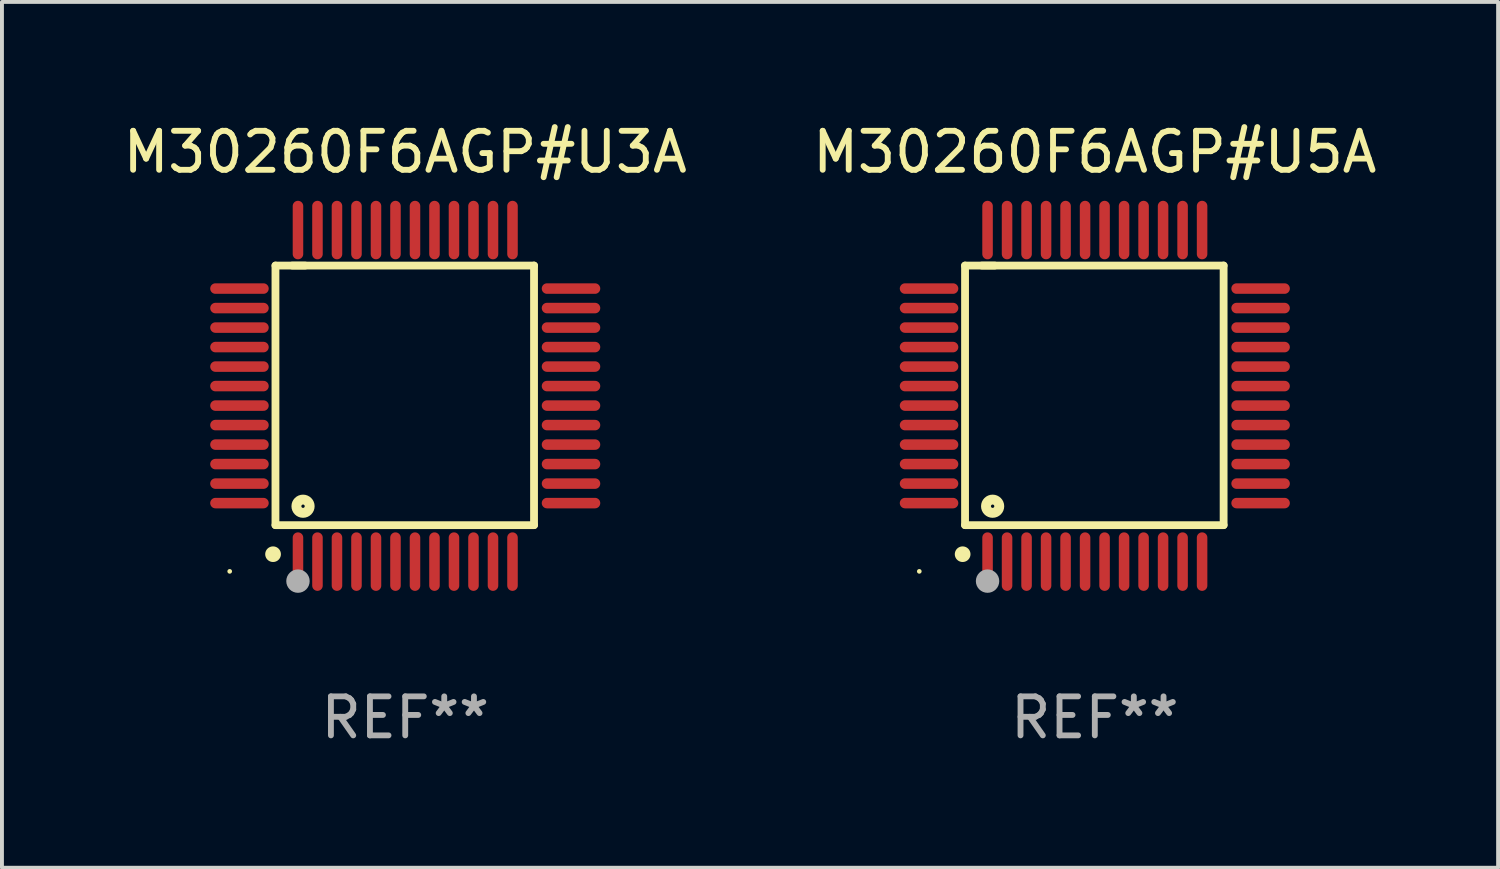
<source format=kicad_pcb>
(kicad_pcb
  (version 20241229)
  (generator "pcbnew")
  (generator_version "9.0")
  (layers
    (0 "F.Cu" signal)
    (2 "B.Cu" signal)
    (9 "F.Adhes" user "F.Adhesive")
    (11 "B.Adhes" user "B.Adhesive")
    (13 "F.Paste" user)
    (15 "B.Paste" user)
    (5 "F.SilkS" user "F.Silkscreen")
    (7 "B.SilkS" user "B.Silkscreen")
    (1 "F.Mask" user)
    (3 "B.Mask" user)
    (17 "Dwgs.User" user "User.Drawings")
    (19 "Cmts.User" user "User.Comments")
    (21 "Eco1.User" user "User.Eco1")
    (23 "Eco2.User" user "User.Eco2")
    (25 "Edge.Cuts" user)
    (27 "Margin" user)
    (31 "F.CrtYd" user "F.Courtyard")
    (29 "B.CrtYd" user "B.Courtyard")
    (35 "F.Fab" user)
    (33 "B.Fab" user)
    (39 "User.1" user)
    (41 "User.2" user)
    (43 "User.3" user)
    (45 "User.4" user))
  (footprint "M30260F6AGP#U3A"
    (layer "F.Cu")
    (at 7.339 7.098)
    (property "Reference" "M30260F6AGP#U3A" (at 0 -6.25 0) (layer "F.SilkS") (effects (font (size 1 1) (thickness 0.15))))
    (attr through_hole)
    (fp_line (start -3.327 -3.34) (end -2.565 -3.34) (stroke (width 0.2) (type solid)) (layer "F.SilkS"))
    (fp_line (start -3.327 3.315) (end -3.327 -3.34) (stroke (width 0.2) (type solid)) (layer "F.SilkS"))
    (fp_line (start -2.896 -3.34) (end 3.302 -3.34) (stroke (width 0.2) (type solid)) (layer "F.SilkS"))
    (fp_line (start 3.302 -3.34) (end 3.302 3.315) (stroke (width 0.2) (type solid)) (layer "F.SilkS"))
    (fp_line (start 3.302 3.315) (end -3.327 3.315) (stroke (width 0.2) (type solid)) (layer "F.SilkS"))
    (fp_arc (start -3.389992 4.059995) (mid -3.388722 4.059991) (end -3.387452 4.059995) (stroke (width 0.4) (type solid)) (layer "F.SilkS"))
    (fp_circle (center -4.5 4.5) (end -4.47 4.5) (stroke (width 0.06) (type solid)) (fill no) (layer "F.SilkS"))
    (fp_circle (center -2.62 2.83) (end -2.45 2.83) (stroke (width 0.254) (type solid)) (fill no) (layer "F.SilkS"))
    (fp_circle (center -2.75 4.75) (end -2.6 4.75) (stroke (width 0.3) (type solid)) (fill no) (layer "F.Fab"))
    (fp_text user "REF**" (at 0 8.25 0) (layer "F.Fab") (effects (font (size 1 1) (thickness 0.15))))
    (pad "1" smd oval (at -2.75 4.25) (size 0.27 1.5) (layers "F.Cu" "F.Mask" "F.Paste"))
    (pad "2" smd oval (at -2.25 4.25) (size 0.27 1.5) (layers "F.Cu" "F.Mask" "F.Paste"))
    (pad "3" smd oval (at -1.75 4.25) (size 0.27 1.5) (layers "F.Cu" "F.Mask" "F.Paste"))
    (pad "4" smd oval (at -1.25 4.25) (size 0.27 1.5) (layers "F.Cu" "F.Mask" "F.Paste"))
    (pad "5" smd oval (at -0.75 4.25) (size 0.27 1.5) (layers "F.Cu" "F.Mask" "F.Paste"))
    (pad "6" smd oval (at -0.25 4.25) (size 0.27 1.5) (layers "F.Cu" "F.Mask" "F.Paste"))
    (pad "7" smd oval (at 0.25 4.25) (size 0.27 1.5) (layers "F.Cu" "F.Mask" "F.Paste"))
    (pad "8" smd oval (at 0.75 4.25) (size 0.27 1.5) (layers "F.Cu" "F.Mask" "F.Paste"))
    (pad "9" smd oval (at 1.25 4.25) (size 0.27 1.5) (layers "F.Cu" "F.Mask" "F.Paste"))
    (pad "10" smd oval (at 1.75 4.25) (size 0.27 1.5) (layers "F.Cu" "F.Mask" "F.Paste"))
    (pad "11" smd oval (at 2.25 4.25) (size 0.27 1.5) (layers "F.Cu" "F.Mask" "F.Paste"))
    (pad "12" smd oval (at 2.75 4.25) (size 0.27 1.5) (layers "F.Cu" "F.Mask" "F.Paste"))
    (pad "13" smd oval (at 4.25 2.75) (size 1.5 0.27) (layers "F.Cu" "F.Mask" "F.Paste"))
    (pad "14" smd oval (at 4.25 2.25) (size 1.5 0.27) (layers "F.Cu" "F.Mask" "F.Paste"))
    (pad "15" smd oval (at 4.25 1.75) (size 1.5 0.27) (layers "F.Cu" "F.Mask" "F.Paste"))
    (pad "16" smd oval (at 4.25 1.25) (size 1.5 0.27) (layers "F.Cu" "F.Mask" "F.Paste"))
    (pad "17" smd oval (at 4.25 0.75) (size 1.5 0.27) (layers "F.Cu" "F.Mask" "F.Paste"))
    (pad "18" smd oval (at 4.25 0.25) (size 1.5 0.27) (layers "F.Cu" "F.Mask" "F.Paste"))
    (pad "19" smd oval (at 4.25 -0.25) (size 1.5 0.27) (layers "F.Cu" "F.Mask" "F.Paste"))
    (pad "20" smd oval (at 4.25 -0.75) (size 1.5 0.27) (layers "F.Cu" "F.Mask" "F.Paste"))
    (pad "21" smd oval (at 4.25 -1.25) (size 1.5 0.27) (layers "F.Cu" "F.Mask" "F.Paste"))
    (pad "22" smd oval (at 4.25 -1.75) (size 1.5 0.27) (layers "F.Cu" "F.Mask" "F.Paste"))
    (pad "23" smd oval (at 4.25 -2.25) (size 1.5 0.27) (layers "F.Cu" "F.Mask" "F.Paste"))
    (pad "24" smd oval (at 4.25 -2.75) (size 1.5 0.27) (layers "F.Cu" "F.Mask" "F.Paste"))
    (pad "25" smd oval (at 2.75 -4.25) (size 0.27 1.5) (layers "F.Cu" "F.Mask" "F.Paste"))
    (pad "26" smd oval (at 2.25 -4.25) (size 0.27 1.5) (layers "F.Cu" "F.Mask" "F.Paste"))
    (pad "27" smd oval (at 1.75 -4.25) (size 0.27 1.5) (layers "F.Cu" "F.Mask" "F.Paste"))
    (pad "28" smd oval (at 1.25 -4.25) (size 0.27 1.5) (layers "F.Cu" "F.Mask" "F.Paste"))
    (pad "29" smd oval (at 0.75 -4.25) (size 0.27 1.5) (layers "F.Cu" "F.Mask" "F.Paste"))
    (pad "30" smd oval (at 0.25 -4.25) (size 0.27 1.5) (layers "F.Cu" "F.Mask" "F.Paste"))
    (pad "31" smd oval (at -0.25 -4.25) (size 0.27 1.5) (layers "F.Cu" "F.Mask" "F.Paste"))
    (pad "32" smd oval (at -0.75 -4.25) (size 0.27 1.5) (layers "F.Cu" "F.Mask" "F.Paste"))
    (pad "33" smd oval (at -1.25 -4.25) (size 0.27 1.5) (layers "F.Cu" "F.Mask" "F.Paste"))
    (pad "34" smd oval (at -1.75 -4.25) (size 0.27 1.5) (layers "F.Cu" "F.Mask" "F.Paste"))
    (pad "35" smd oval (at -2.25 -4.25) (size 0.27 1.5) (layers "F.Cu" "F.Mask" "F.Paste"))
    (pad "36" smd oval (at -2.75 -4.25) (size 0.27 1.5) (layers "F.Cu" "F.Mask" "F.Paste"))
    (pad "37" smd oval (at -4.25 -2.75) (size 1.5 0.27) (layers "F.Cu" "F.Mask" "F.Paste"))
    (pad "38" smd oval (at -4.25 -2.25) (size 1.5 0.27) (layers "F.Cu" "F.Mask" "F.Paste"))
    (pad "39" smd oval (at -4.25 -1.75) (size 1.5 0.27) (layers "F.Cu" "F.Mask" "F.Paste"))
    (pad "40" smd oval (at -4.25 -1.25) (size 1.5 0.27) (layers "F.Cu" "F.Mask" "F.Paste"))
    (pad "41" smd oval (at -4.25 -0.75) (size 1.5 0.27) (layers "F.Cu" "F.Mask" "F.Paste"))
    (pad "42" smd oval (at -4.25 -0.25) (size 1.5 0.27) (layers "F.Cu" "F.Mask" "F.Paste"))
    (pad "43" smd oval (at -4.25 0.25) (size 1.5 0.27) (layers "F.Cu" "F.Mask" "F.Paste"))
    (pad "44" smd oval (at -4.25 0.75) (size 1.5 0.27) (layers "F.Cu" "F.Mask" "F.Paste"))
    (pad "45" smd oval (at -4.25 1.25) (size 1.5 0.27) (layers "F.Cu" "F.Mask" "F.Paste"))
    (pad "46" smd oval (at -4.25 1.75) (size 1.5 0.27) (layers "F.Cu" "F.Mask" "F.Paste"))
    (pad "47" smd oval (at -4.25 2.25) (size 1.5 0.27) (layers "F.Cu" "F.Mask" "F.Paste"))
    (pad "48" smd oval (at -4.25 2.75) (size 1.5 0.27) (layers "F.Cu" "F.Mask" "F.Paste")))
  (footprint "M30260F6AGP#U5A"
    (layer "F.Cu")
    (at 25.018 7.098)
    (property "Reference" "M30260F6AGP#U5A" (at 0 -6.25 0) (layer "F.SilkS") (effects (font (size 1 1) (thickness 0.15))))
    (attr through_hole)
    (fp_line (start -3.327 -3.34) (end -2.565 -3.34) (stroke (width 0.2) (type solid)) (layer "F.SilkS"))
    (fp_line (start -3.327 3.315) (end -3.327 -3.34) (stroke (width 0.2) (type solid)) (layer "F.SilkS"))
    (fp_line (start -2.896 -3.34) (end 3.302 -3.34) (stroke (width 0.2) (type solid)) (layer "F.SilkS"))
    (fp_line (start 3.302 -3.34) (end 3.302 3.315) (stroke (width 0.2) (type solid)) (layer "F.SilkS"))
    (fp_line (start 3.302 3.315) (end -3.327 3.315) (stroke (width 0.2) (type solid)) (layer "F.SilkS"))
    (fp_arc (start -3.389992 4.059995) (mid -3.388722 4.059991) (end -3.387452 4.059995) (stroke (width 0.4) (type solid)) (layer "F.SilkS"))
    (fp_circle (center -4.5 4.5) (end -4.47 4.5) (stroke (width 0.06) (type solid)) (fill no) (layer "F.SilkS"))
    (fp_circle (center -2.62 2.83) (end -2.45 2.83) (stroke (width 0.254) (type solid)) (fill no) (layer "F.SilkS"))
    (fp_circle (center -2.75 4.75) (end -2.6 4.75) (stroke (width 0.3) (type solid)) (fill no) (layer "F.Fab"))
    (fp_text user "REF**" (at 0 8.25 0) (layer "F.Fab") (effects (font (size 1 1) (thickness 0.15))))
    (pad "1" smd oval (at -2.75 4.25) (size 0.27 1.5) (layers "F.Cu" "F.Mask" "F.Paste"))
    (pad "2" smd oval (at -2.25 4.25) (size 0.27 1.5) (layers "F.Cu" "F.Mask" "F.Paste"))
    (pad "3" smd oval (at -1.75 4.25) (size 0.27 1.5) (layers "F.Cu" "F.Mask" "F.Paste"))
    (pad "4" smd oval (at -1.25 4.25) (size 0.27 1.5) (layers "F.Cu" "F.Mask" "F.Paste"))
    (pad "5" smd oval (at -0.75 4.25) (size 0.27 1.5) (layers "F.Cu" "F.Mask" "F.Paste"))
    (pad "6" smd oval (at -0.25 4.25) (size 0.27 1.5) (layers "F.Cu" "F.Mask" "F.Paste"))
    (pad "7" smd oval (at 0.25 4.25) (size 0.27 1.5) (layers "F.Cu" "F.Mask" "F.Paste"))
    (pad "8" smd oval (at 0.75 4.25) (size 0.27 1.5) (layers "F.Cu" "F.Mask" "F.Paste"))
    (pad "9" smd oval (at 1.25 4.25) (size 0.27 1.5) (layers "F.Cu" "F.Mask" "F.Paste"))
    (pad "10" smd oval (at 1.75 4.25) (size 0.27 1.5) (layers "F.Cu" "F.Mask" "F.Paste"))
    (pad "11" smd oval (at 2.25 4.25) (size 0.27 1.5) (layers "F.Cu" "F.Mask" "F.Paste"))
    (pad "12" smd oval (at 2.75 4.25) (size 0.27 1.5) (layers "F.Cu" "F.Mask" "F.Paste"))
    (pad "13" smd oval (at 4.25 2.75) (size 1.5 0.27) (layers "F.Cu" "F.Mask" "F.Paste"))
    (pad "14" smd oval (at 4.25 2.25) (size 1.5 0.27) (layers "F.Cu" "F.Mask" "F.Paste"))
    (pad "15" smd oval (at 4.25 1.75) (size 1.5 0.27) (layers "F.Cu" "F.Mask" "F.Paste"))
    (pad "16" smd oval (at 4.25 1.25) (size 1.5 0.27) (layers "F.Cu" "F.Mask" "F.Paste"))
    (pad "17" smd oval (at 4.25 0.75) (size 1.5 0.27) (layers "F.Cu" "F.Mask" "F.Paste"))
    (pad "18" smd oval (at 4.25 0.25) (size 1.5 0.27) (layers "F.Cu" "F.Mask" "F.Paste"))
    (pad "19" smd oval (at 4.25 -0.25) (size 1.5 0.27) (layers "F.Cu" "F.Mask" "F.Paste"))
    (pad "20" smd oval (at 4.25 -0.75) (size 1.5 0.27) (layers "F.Cu" "F.Mask" "F.Paste"))
    (pad "21" smd oval (at 4.25 -1.25) (size 1.5 0.27) (layers "F.Cu" "F.Mask" "F.Paste"))
    (pad "22" smd oval (at 4.25 -1.75) (size 1.5 0.27) (layers "F.Cu" "F.Mask" "F.Paste"))
    (pad "23" smd oval (at 4.25 -2.25) (size 1.5 0.27) (layers "F.Cu" "F.Mask" "F.Paste"))
    (pad "24" smd oval (at 4.25 -2.75) (size 1.5 0.27) (layers "F.Cu" "F.Mask" "F.Paste"))
    (pad "25" smd oval (at 2.75 -4.25) (size 0.27 1.5) (layers "F.Cu" "F.Mask" "F.Paste"))
    (pad "26" smd oval (at 2.25 -4.25) (size 0.27 1.5) (layers "F.Cu" "F.Mask" "F.Paste"))
    (pad "27" smd oval (at 1.75 -4.25) (size 0.27 1.5) (layers "F.Cu" "F.Mask" "F.Paste"))
    (pad "28" smd oval (at 1.25 -4.25) (size 0.27 1.5) (layers "F.Cu" "F.Mask" "F.Paste"))
    (pad "29" smd oval (at 0.75 -4.25) (size 0.27 1.5) (layers "F.Cu" "F.Mask" "F.Paste"))
    (pad "30" smd oval (at 0.25 -4.25) (size 0.27 1.5) (layers "F.Cu" "F.Mask" "F.Paste"))
    (pad "31" smd oval (at -0.25 -4.25) (size 0.27 1.5) (layers "F.Cu" "F.Mask" "F.Paste"))
    (pad "32" smd oval (at -0.75 -4.25) (size 0.27 1.5) (layers "F.Cu" "F.Mask" "F.Paste"))
    (pad "33" smd oval (at -1.25 -4.25) (size 0.27 1.5) (layers "F.Cu" "F.Mask" "F.Paste"))
    (pad "34" smd oval (at -1.75 -4.25) (size 0.27 1.5) (layers "F.Cu" "F.Mask" "F.Paste"))
    (pad "35" smd oval (at -2.25 -4.25) (size 0.27 1.5) (layers "F.Cu" "F.Mask" "F.Paste"))
    (pad "36" smd oval (at -2.75 -4.25) (size 0.27 1.5) (layers "F.Cu" "F.Mask" "F.Paste"))
    (pad "37" smd oval (at -4.25 -2.75) (size 1.5 0.27) (layers "F.Cu" "F.Mask" "F.Paste"))
    (pad "38" smd oval (at -4.25 -2.25) (size 1.5 0.27) (layers "F.Cu" "F.Mask" "F.Paste"))
    (pad "39" smd oval (at -4.25 -1.75) (size 1.5 0.27) (layers "F.Cu" "F.Mask" "F.Paste"))
    (pad "40" smd oval (at -4.25 -1.25) (size 1.5 0.27) (layers "F.Cu" "F.Mask" "F.Paste"))
    (pad "41" smd oval (at -4.25 -0.75) (size 1.5 0.27) (layers "F.Cu" "F.Mask" "F.Paste"))
    (pad "42" smd oval (at -4.25 -0.25) (size 1.5 0.27) (layers "F.Cu" "F.Mask" "F.Paste"))
    (pad "43" smd oval (at -4.25 0.25) (size 1.5 0.27) (layers "F.Cu" "F.Mask" "F.Paste"))
    (pad "44" smd oval (at -4.25 0.75) (size 1.5 0.27) (layers "F.Cu" "F.Mask" "F.Paste"))
    (pad "45" smd oval (at -4.25 1.25) (size 1.5 0.27) (layers "F.Cu" "F.Mask" "F.Paste"))
    (pad "46" smd oval (at -4.25 1.75) (size 1.5 0.27) (layers "F.Cu" "F.Mask" "F.Paste"))
    (pad "47" smd oval (at -4.25 2.25) (size 1.5 0.27) (layers "F.Cu" "F.Mask" "F.Paste"))
    (pad "48" smd oval (at -4.25 2.75) (size 1.5 0.27) (layers "F.Cu" "F.Mask" "F.Paste")))
  (gr_rect
    (start -3 -3)
    (end 35.357 19.196)
    (stroke (width 0.1) (type default))
    (fill no)
    (layer "Edge.Cuts")))
</source>
